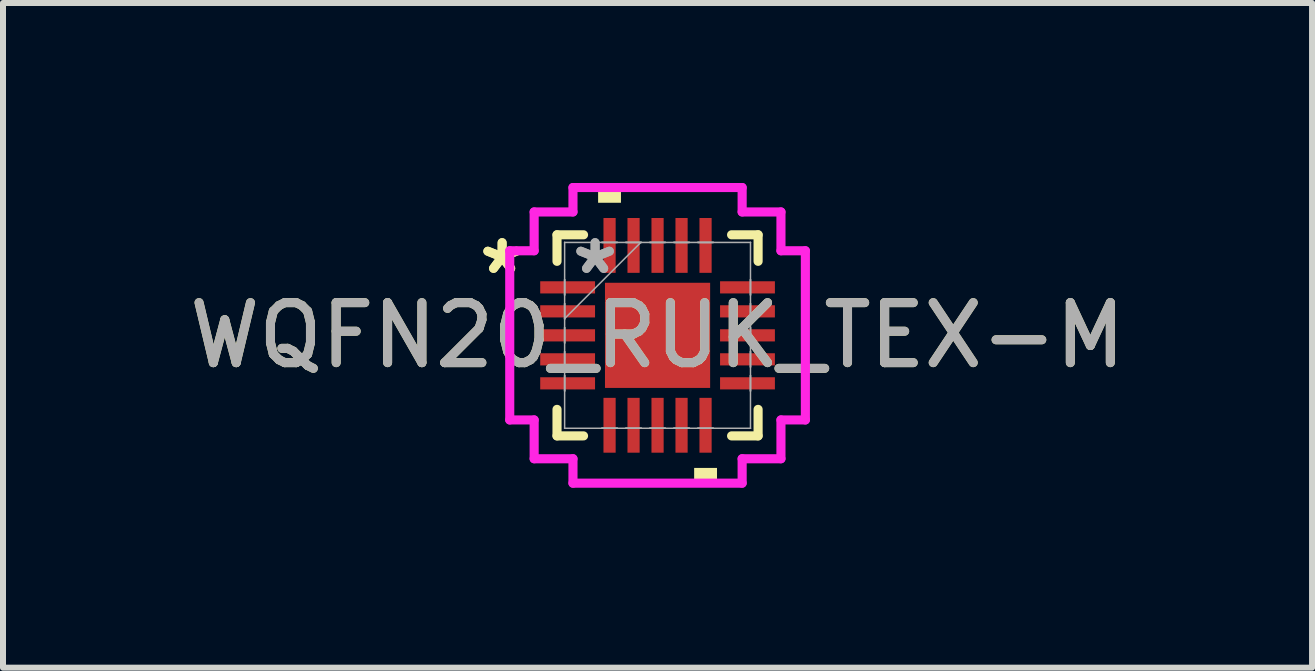
<source format=kicad_pcb>
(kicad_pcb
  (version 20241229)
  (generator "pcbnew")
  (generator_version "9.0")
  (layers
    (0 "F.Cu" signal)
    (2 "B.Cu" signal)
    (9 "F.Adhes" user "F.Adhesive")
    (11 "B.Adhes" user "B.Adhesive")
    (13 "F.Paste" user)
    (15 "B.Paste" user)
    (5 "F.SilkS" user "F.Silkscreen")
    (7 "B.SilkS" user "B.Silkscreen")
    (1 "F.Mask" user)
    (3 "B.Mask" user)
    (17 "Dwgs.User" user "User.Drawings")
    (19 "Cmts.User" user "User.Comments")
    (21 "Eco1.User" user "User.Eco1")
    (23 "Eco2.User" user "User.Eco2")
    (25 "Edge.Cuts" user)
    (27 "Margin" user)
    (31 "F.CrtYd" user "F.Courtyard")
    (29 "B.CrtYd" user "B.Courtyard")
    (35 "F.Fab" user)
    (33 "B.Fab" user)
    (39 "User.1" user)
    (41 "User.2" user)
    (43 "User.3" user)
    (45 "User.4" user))
  (footprint "WQFN20_RUK_TEX-M"
    (layer "F.Cu")
    (at 7.911 2.54)
    (property "Reference" "WQFN20_RUK_TEX-M" (at 0 0 0) (unlocked yes) (layer "F.SilkS") (effects (font (size 1 1) (thickness 0.15))))
    (attr smd)
    (fp_line (start -1.676 -1.676) (end -1.676 -1.234) (stroke (width 0.152) (type solid)) (layer "F.SilkS"))
    (fp_line (start -1.676 1.234) (end -1.676 1.676) (stroke (width 0.152) (type solid)) (layer "F.SilkS"))
    (fp_line (start -1.676 1.676) (end -1.234 1.676) (stroke (width 0.152) (type solid)) (layer "F.SilkS"))
    (fp_line (start -1.234 -1.676) (end -1.676 -1.676) (stroke (width 0.152) (type solid)) (layer "F.SilkS"))
    (fp_line (start 1.234 1.676) (end 1.676 1.676) (stroke (width 0.152) (type solid)) (layer "F.SilkS"))
    (fp_line (start 1.676 -1.676) (end 1.234 -1.676) (stroke (width 0.152) (type solid)) (layer "F.SilkS"))
    (fp_line (start 1.676 -1.234) (end 1.676 -1.676) (stroke (width 0.152) (type solid)) (layer "F.SilkS"))
    (fp_line (start 1.676 1.676) (end 1.676 1.234) (stroke (width 0.152) (type solid)) (layer "F.SilkS"))
    (fp_poly (pts (xy -0.991 -2.21) (xy -0.991 -2.464) (xy -0.61 -2.464) (xy -0.61 -2.21)) (stroke (width 0) (type solid)) (fill yes) (layer "F.SilkS"))
    (fp_poly (pts (xy 0.61 2.21) (xy 0.61 2.464) (xy 0.991 2.464) (xy 0.991 2.21)) (stroke (width 0) (type solid)) (fill yes) (layer "F.SilkS"))
    (fp_line (start -2.464 -1.41) (end -2.057 -1.41) (stroke (width 0.152) (type solid)) (layer "F.CrtYd"))
    (fp_line (start -2.464 1.41) (end -2.464 -1.41) (stroke (width 0.152) (type solid)) (layer "F.CrtYd"))
    (fp_line (start -2.057 -2.057) (end -1.41 -2.057) (stroke (width 0.152) (type solid)) (layer "F.CrtYd"))
    (fp_line (start -2.057 -1.41) (end -2.057 -2.057) (stroke (width 0.152) (type solid)) (layer "F.CrtYd"))
    (fp_line (start -2.057 1.41) (end -2.464 1.41) (stroke (width 0.152) (type solid)) (layer "F.CrtYd"))
    (fp_line (start -2.057 2.057) (end -2.057 1.41) (stroke (width 0.152) (type solid)) (layer "F.CrtYd"))
    (fp_line (start -1.41 -2.464) (end 1.41 -2.464) (stroke (width 0.152) (type solid)) (layer "F.CrtYd"))
    (fp_line (start -1.41 -2.057) (end -1.41 -2.464) (stroke (width 0.152) (type solid)) (layer "F.CrtYd"))
    (fp_line (start -1.41 2.057) (end -2.057 2.057) (stroke (width 0.152) (type solid)) (layer "F.CrtYd"))
    (fp_line (start -1.41 2.464) (end -1.41 2.057) (stroke (width 0.152) (type solid)) (layer "F.CrtYd"))
    (fp_line (start 1.41 -2.464) (end 1.41 -2.057) (stroke (width 0.152) (type solid)) (layer "F.CrtYd"))
    (fp_line (start 1.41 -2.057) (end 2.057 -2.057) (stroke (width 0.152) (type solid)) (layer "F.CrtYd"))
    (fp_line (start 1.41 2.057) (end 1.41 2.464) (stroke (width 0.152) (type solid)) (layer "F.CrtYd"))
    (fp_line (start 1.41 2.464) (end -1.41 2.464) (stroke (width 0.152) (type solid)) (layer "F.CrtYd"))
    (fp_line (start 2.057 -2.057) (end 2.057 -1.41) (stroke (width 0.152) (type solid)) (layer "F.CrtYd"))
    (fp_line (start 2.057 -1.41) (end 2.464 -1.41) (stroke (width 0.152) (type solid)) (layer "F.CrtYd"))
    (fp_line (start 2.057 1.41) (end 2.057 2.057) (stroke (width 0.152) (type solid)) (layer "F.CrtYd"))
    (fp_line (start 2.057 2.057) (end 1.41 2.057) (stroke (width 0.152) (type solid)) (layer "F.CrtYd"))
    (fp_line (start 2.464 -1.41) (end 2.464 1.41) (stroke (width 0.152) (type solid)) (layer "F.CrtYd"))
    (fp_line (start 2.464 1.41) (end 2.057 1.41) (stroke (width 0.152) (type solid)) (layer "F.CrtYd"))
    (fp_line (start -1.549 -1.549) (end -1.549 -1.549) (stroke (width 0.025) (type solid)) (layer "F.Fab"))
    (fp_line (start -1.549 -1.549) (end -1.549 1.549) (stroke (width 0.025) (type solid)) (layer "F.Fab"))
    (fp_line (start -1.549 -0.927) (end -1.549 -0.927) (stroke (width 0.025) (type solid)) (layer "F.Fab"))
    (fp_line (start -1.549 -0.927) (end -1.549 -0.673) (stroke (width 0.025) (type solid)) (layer "F.Fab"))
    (fp_line (start -1.549 -0.673) (end -1.549 -0.927) (stroke (width 0.025) (type solid)) (layer "F.Fab"))
    (fp_line (start -1.549 -0.673) (end -1.549 -0.673) (stroke (width 0.025) (type solid)) (layer "F.Fab"))
    (fp_line (start -1.549 -0.527) (end -1.549 -0.527) (stroke (width 0.025) (type solid)) (layer "F.Fab"))
    (fp_line (start -1.549 -0.527) (end -1.549 -0.273) (stroke (width 0.025) (type solid)) (layer "F.Fab"))
    (fp_line (start -1.549 -0.279) (end -0.279 -1.549) (stroke (width 0.025) (type solid)) (layer "F.Fab"))
    (fp_line (start -1.549 -0.273) (end -1.549 -0.527) (stroke (width 0.025) (type solid)) (layer "F.Fab"))
    (fp_line (start -1.549 -0.273) (end -1.549 -0.273) (stroke (width 0.025) (type solid)) (layer "F.Fab"))
    (fp_line (start -1.549 -0.127) (end -1.549 -0.127) (stroke (width 0.025) (type solid)) (layer "F.Fab"))
    (fp_line (start -1.549 -0.127) (end -1.549 0.127) (stroke (width 0.025) (type solid)) (layer "F.Fab"))
    (fp_line (start -1.549 0.127) (end -1.549 -0.127) (stroke (width 0.025) (type solid)) (layer "F.Fab"))
    (fp_line (start -1.549 0.127) (end -1.549 0.127) (stroke (width 0.025) (type solid)) (layer "F.Fab"))
    (fp_line (start -1.549 0.273) (end -1.549 0.273) (stroke (width 0.025) (type solid)) (layer "F.Fab"))
    (fp_line (start -1.549 0.273) (end -1.549 0.527) (stroke (width 0.025) (type solid)) (layer "F.Fab"))
    (fp_line (start -1.549 0.527) (end -1.549 0.273) (stroke (width 0.025) (type solid)) (layer "F.Fab"))
    (fp_line (start -1.549 0.527) (end -1.549 0.527) (stroke (width 0.025) (type solid)) (layer "F.Fab"))
    (fp_line (start -1.549 0.673) (end -1.549 0.673) (stroke (width 0.025) (type solid)) (layer "F.Fab"))
    (fp_line (start -1.549 0.673) (end -1.549 0.927) (stroke (width 0.025) (type solid)) (layer "F.Fab"))
    (fp_line (start -1.549 0.927) (end -1.549 0.673) (stroke (width 0.025) (type solid)) (layer "F.Fab"))
    (fp_line (start -1.549 0.927) (end -1.549 0.927) (stroke (width 0.025) (type solid)) (layer "F.Fab"))
    (fp_line (start -1.549 1.549) (end -1.549 1.549) (stroke (width 0.025) (type solid)) (layer "F.Fab"))
    (fp_line (start -1.549 1.549) (end 1.549 1.549) (stroke (width 0.025) (type solid)) (layer "F.Fab"))
    (fp_line (start -0.927 -1.549) (end -0.927 -1.549) (stroke (width 0.025) (type solid)) (layer "F.Fab"))
    (fp_line (start -0.927 -1.549) (end -0.673 -1.549) (stroke (width 0.025) (type solid)) (layer "F.Fab"))
    (fp_line (start -0.927 1.549) (end -0.927 1.549) (stroke (width 0.025) (type solid)) (layer "F.Fab"))
    (fp_line (start -0.927 1.549) (end -0.673 1.549) (stroke (width 0.025) (type solid)) (layer "F.Fab"))
    (fp_line (start -0.673 -1.549) (end -0.927 -1.549) (stroke (width 0.025) (type solid)) (layer "F.Fab"))
    (fp_line (start -0.673 -1.549) (end -0.673 -1.549) (stroke (width 0.025) (type solid)) (layer "F.Fab"))
    (fp_line (start -0.673 1.549) (end -0.927 1.549) (stroke (width 0.025) (type solid)) (layer "F.Fab"))
    (fp_line (start -0.673 1.549) (end -0.673 1.549) (stroke (width 0.025) (type solid)) (layer "F.Fab"))
    (fp_line (start -0.527 -1.549) (end -0.527 -1.549) (stroke (width 0.025) (type solid)) (layer "F.Fab"))
    (fp_line (start -0.527 -1.549) (end -0.273 -1.549) (stroke (width 0.025) (type solid)) (layer "F.Fab"))
    (fp_line (start -0.527 1.549) (end -0.527 1.549) (stroke (width 0.025) (type solid)) (layer "F.Fab"))
    (fp_line (start -0.527 1.549) (end -0.273 1.549) (stroke (width 0.025) (type solid)) (layer "F.Fab"))
    (fp_line (start -0.273 -1.549) (end -0.527 -1.549) (stroke (width 0.025) (type solid)) (layer "F.Fab"))
    (fp_line (start -0.273 -1.549) (end -0.273 -1.549) (stroke (width 0.025) (type solid)) (layer "F.Fab"))
    (fp_line (start -0.273 1.549) (end -0.527 1.549) (stroke (width 0.025) (type solid)) (layer "F.Fab"))
    (fp_line (start -0.273 1.549) (end -0.273 1.549) (stroke (width 0.025) (type solid)) (layer "F.Fab"))
    (fp_line (start -0.127 -1.549) (end -0.127 -1.549) (stroke (width 0.025) (type solid)) (layer "F.Fab"))
    (fp_line (start -0.127 -1.549) (end 0.127 -1.549) (stroke (width 0.025) (type solid)) (layer "F.Fab"))
    (fp_line (start -0.127 1.549) (end -0.127 1.549) (stroke (width 0.025) (type solid)) (layer "F.Fab"))
    (fp_line (start -0.127 1.549) (end 0.127 1.549) (stroke (width 0.025) (type solid)) (layer "F.Fab"))
    (fp_line (start 0.127 -1.549) (end -0.127 -1.549) (stroke (width 0.025) (type solid)) (layer "F.Fab"))
    (fp_line (start 0.127 -1.549) (end 0.127 -1.549) (stroke (width 0.025) (type solid)) (layer "F.Fab"))
    (fp_line (start 0.127 1.549) (end -0.127 1.549) (stroke (width 0.025) (type solid)) (layer "F.Fab"))
    (fp_line (start 0.127 1.549) (end 0.127 1.549) (stroke (width 0.025) (type solid)) (layer "F.Fab"))
    (fp_line (start 0.273 -1.549) (end 0.273 -1.549) (stroke (width 0.025) (type solid)) (layer "F.Fab"))
    (fp_line (start 0.273 -1.549) (end 0.527 -1.549) (stroke (width 0.025) (type solid)) (layer "F.Fab"))
    (fp_line (start 0.273 1.549) (end 0.273 1.549) (stroke (width 0.025) (type solid)) (layer "F.Fab"))
    (fp_line (start 0.273 1.549) (end 0.527 1.549) (stroke (width 0.025) (type solid)) (layer "F.Fab"))
    (fp_line (start 0.527 -1.549) (end 0.273 -1.549) (stroke (width 0.025) (type solid)) (layer "F.Fab"))
    (fp_line (start 0.527 -1.549) (end 0.527 -1.549) (stroke (width 0.025) (type solid)) (layer "F.Fab"))
    (fp_line (start 0.527 1.549) (end 0.273 1.549) (stroke (width 0.025) (type solid)) (layer "F.Fab"))
    (fp_line (start 0.527 1.549) (end 0.527 1.549) (stroke (width 0.025) (type solid)) (layer "F.Fab"))
    (fp_line (start 0.673 -1.549) (end 0.673 -1.549) (stroke (width 0.025) (type solid)) (layer "F.Fab"))
    (fp_line (start 0.673 -1.549) (end 0.927 -1.549) (stroke (width 0.025) (type solid)) (layer "F.Fab"))
    (fp_line (start 0.673 1.549) (end 0.673 1.549) (stroke (width 0.025) (type solid)) (layer "F.Fab"))
    (fp_line (start 0.673 1.549) (end 0.927 1.549) (stroke (width 0.025) (type solid)) (layer "F.Fab"))
    (fp_line (start 0.927 -1.549) (end 0.673 -1.549) (stroke (width 0.025) (type solid)) (layer "F.Fab"))
    (fp_line (start 0.927 -1.549) (end 0.927 -1.549) (stroke (width 0.025) (type solid)) (layer "F.Fab"))
    (fp_line (start 0.927 1.549) (end 0.673 1.549) (stroke (width 0.025) (type solid)) (layer "F.Fab"))
    (fp_line (start 0.927 1.549) (end 0.927 1.549) (stroke (width 0.025) (type solid)) (layer "F.Fab"))
    (fp_line (start 1.549 -1.549) (end -1.549 -1.549) (stroke (width 0.025) (type solid)) (layer "F.Fab"))
    (fp_line (start 1.549 -1.549) (end 1.549 -1.549) (stroke (width 0.025) (type solid)) (layer "F.Fab"))
    (fp_line (start 1.549 -0.927) (end 1.549 -0.927) (stroke (width 0.025) (type solid)) (layer "F.Fab"))
    (fp_line (start 1.549 -0.927) (end 1.549 -0.673) (stroke (width 0.025) (type solid)) (layer "F.Fab"))
    (fp_line (start 1.549 -0.673) (end 1.549 -0.927) (stroke (width 0.025) (type solid)) (layer "F.Fab"))
    (fp_line (start 1.549 -0.673) (end 1.549 -0.673) (stroke (width 0.025) (type solid)) (layer "F.Fab"))
    (fp_line (start 1.549 -0.527) (end 1.549 -0.527) (stroke (width 0.025) (type solid)) (layer "F.Fab"))
    (fp_line (start 1.549 -0.527) (end 1.549 -0.273) (stroke (width 0.025) (type solid)) (layer "F.Fab"))
    (fp_line (start 1.549 -0.273) (end 1.549 -0.527) (stroke (width 0.025) (type solid)) (layer "F.Fab"))
    (fp_line (start 1.549 -0.273) (end 1.549 -0.273) (stroke (width 0.025) (type solid)) (layer "F.Fab"))
    (fp_line (start 1.549 -0.127) (end 1.549 -0.127) (stroke (width 0.025) (type solid)) (layer "F.Fab"))
    (fp_line (start 1.549 -0.127) (end 1.549 0.127) (stroke (width 0.025) (type solid)) (layer "F.Fab"))
    (fp_line (start 1.549 0.127) (end 1.549 -0.127) (stroke (width 0.025) (type solid)) (layer "F.Fab"))
    (fp_line (start 1.549 0.127) (end 1.549 0.127) (stroke (width 0.025) (type solid)) (layer "F.Fab"))
    (fp_line (start 1.549 0.273) (end 1.549 0.273) (stroke (width 0.025) (type solid)) (layer "F.Fab"))
    (fp_line (start 1.549 0.273) (end 1.549 0.527) (stroke (width 0.025) (type solid)) (layer "F.Fab"))
    (fp_line (start 1.549 0.527) (end 1.549 0.273) (stroke (width 0.025) (type solid)) (layer "F.Fab"))
    (fp_line (start 1.549 0.527) (end 1.549 0.527) (stroke (width 0.025) (type solid)) (layer "F.Fab"))
    (fp_line (start 1.549 0.673) (end 1.549 0.673) (stroke (width 0.025) (type solid)) (layer "F.Fab"))
    (fp_line (start 1.549 0.673) (end 1.549 0.927) (stroke (width 0.025) (type solid)) (layer "F.Fab"))
    (fp_line (start 1.549 0.927) (end 1.549 0.673) (stroke (width 0.025) (type solid)) (layer "F.Fab"))
    (fp_line (start 1.549 0.927) (end 1.549 0.927) (stroke (width 0.025) (type solid)) (layer "F.Fab"))
    (fp_line (start 1.549 1.549) (end 1.549 -1.549) (stroke (width 0.025) (type solid)) (layer "F.Fab"))
    (fp_line (start 1.549 1.549) (end 1.549 1.549) (stroke (width 0.025) (type solid)) (layer "F.Fab"))
    (fp_text user "*" (at -2.591 -1 0) (layer "F.SilkS") (effects (font (size 1 1) (thickness 0.15))))
    (fp_text user "*" (at -2.591 -1 0) (unlocked yes) (layer "F.SilkS") (effects (font (size 1 1) (thickness 0.15))))
    (fp_text user "*" (at -1.041 -1 0) (layer "F.Fab") (effects (font (size 1 1) (thickness 0.15))))
    (fp_text user "*" (at -1.041 -1 0) (unlocked yes) (layer "F.Fab") (effects (font (size 1 1) (thickness 0.15))))
    (fp_text user "${REFERENCE}" (at 0 0 0) (unlocked yes) (layer "F.Fab") (effects (font (size 1 1) (thickness 0.15))))
    (pad "1" smd rect (at -1.499 -0.8 90) (size 0.203 0.914) (layers "F.Cu" "F.Mask" "F.Paste"))
    (pad "2" smd rect (at -1.499 -0.4 90) (size 0.203 0.914) (layers "F.Cu" "F.Mask" "F.Paste"))
    (pad "3" smd rect (at -1.499 0 90) (size 0.203 0.914) (layers "F.Cu" "F.Mask" "F.Paste"))
    (pad "4" smd rect (at -1.499 0.4 90) (size 0.203 0.914) (layers "F.Cu" "F.Mask" "F.Paste"))
    (pad "5" smd rect (at -1.499 0.8 90) (size 0.203 0.914) (layers "F.Cu" "F.Mask" "F.Paste"))
    (pad "6" smd rect (at -0.8 1.499) (size 0.203 0.914) (layers "F.Cu" "F.Mask" "F.Paste"))
    (pad "7" smd rect (at -0.4 1.499) (size 0.203 0.914) (layers "F.Cu" "F.Mask" "F.Paste"))
    (pad "8" smd rect (at 0 1.499) (size 0.203 0.914) (layers "F.Cu" "F.Mask" "F.Paste"))
    (pad "9" smd rect (at 0.4 1.499) (size 0.203 0.914) (layers "F.Cu" "F.Mask" "F.Paste"))
    (pad "10" smd rect (at 0.8 1.499) (size 0.203 0.914) (layers "F.Cu" "F.Mask" "F.Paste"))
    (pad "11" smd rect (at 1.499 0.8 90) (size 0.203 0.914) (layers "F.Cu" "F.Mask" "F.Paste"))
    (pad "12" smd rect (at 1.499 0.4 90) (size 0.203 0.914) (layers "F.Cu" "F.Mask" "F.Paste"))
    (pad "13" smd rect (at 1.499 0 90) (size 0.203 0.914) (layers "F.Cu" "F.Mask" "F.Paste"))
    (pad "14" smd rect (at 1.499 -0.4 90) (size 0.203 0.914) (layers "F.Cu" "F.Mask" "F.Paste"))
    (pad "15" smd rect (at 1.499 -0.8 90) (size 0.203 0.914) (layers "F.Cu" "F.Mask" "F.Paste"))
    (pad "16" smd rect (at 0.8 -1.499) (size 0.203 0.914) (layers "F.Cu" "F.Mask" "F.Paste"))
    (pad "17" smd rect (at 0.4 -1.499) (size 0.203 0.914) (layers "F.Cu" "F.Mask" "F.Paste"))
    (pad "18" smd rect (at 0 -1.499) (size 0.203 0.914) (layers "F.Cu" "F.Mask" "F.Paste"))
    (pad "19" smd rect (at -0.4 -1.499) (size 0.203 0.914) (layers "F.Cu" "F.Mask" "F.Paste"))
    (pad "20" smd rect (at -0.8 -1.499) (size 0.203 0.914) (layers "F.Cu" "F.Mask" "F.Paste"))
    (pad "21" smd rect (at 0 0) (size 1.753 1.753) (layers "F.Cu" "F.Mask" "F.Paste")))
  (gr_rect
    (start -3 -3)
    (end 18.821 8.08)
    (stroke (width 0.1) (type default))
    (fill no)
    (layer "Edge.Cuts")))
</source>
